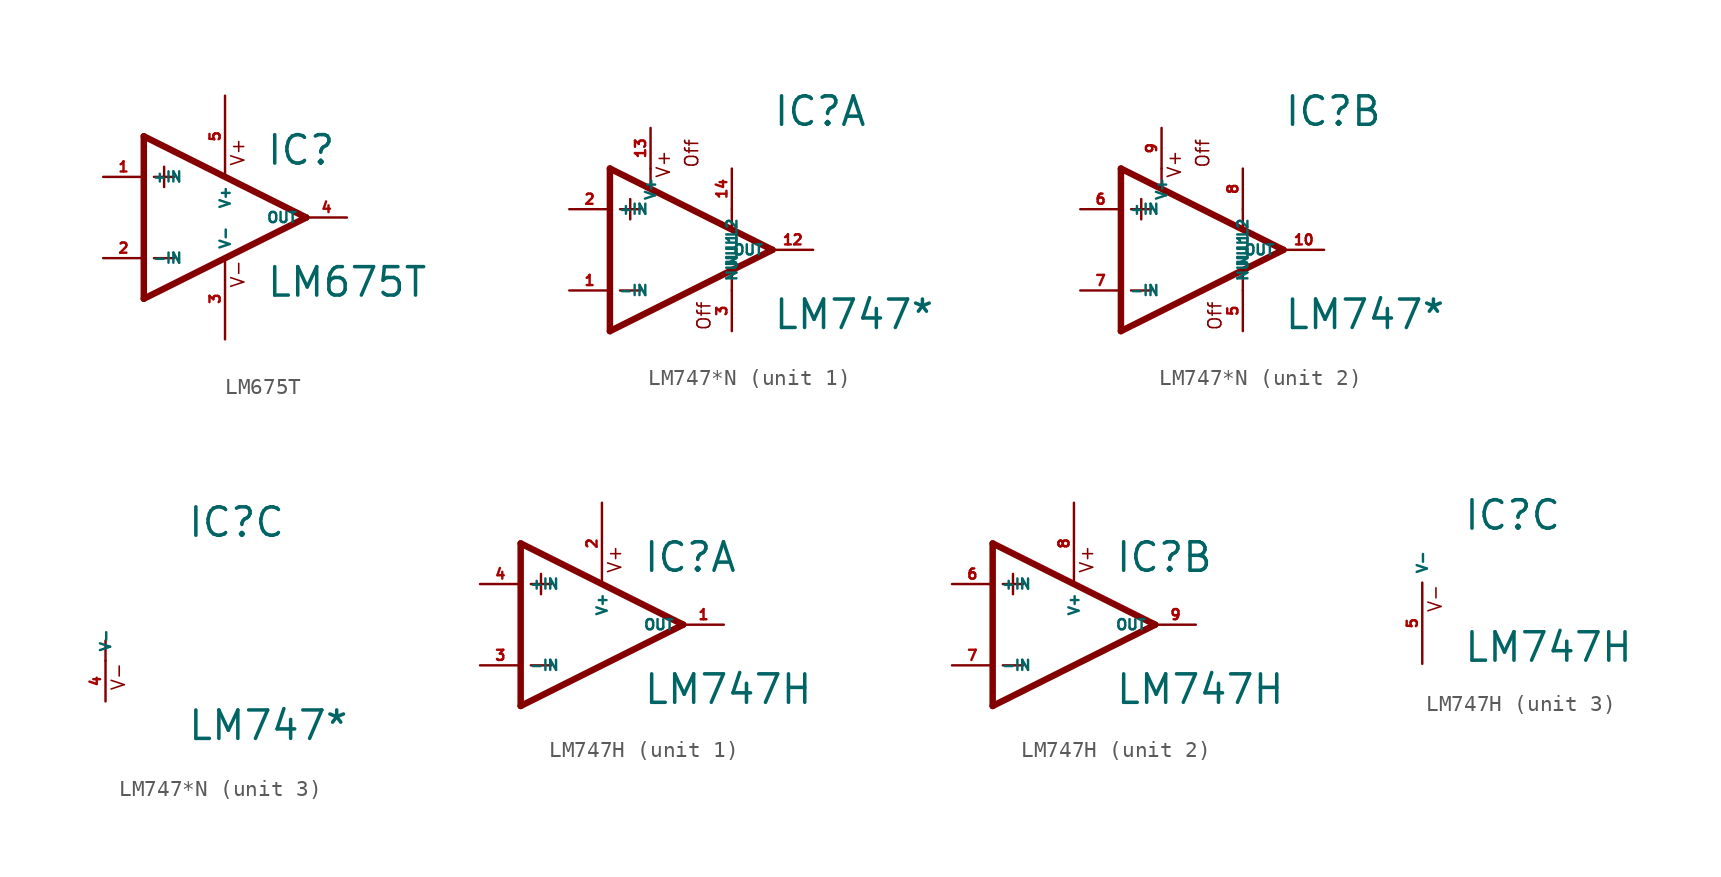
<source format=kicad_sym>
(kicad_symbol_lib
  (version 20220914)
  (generator Eagle2Kicad)
  (symbol "LM675T"
    (property "Reference" "IC"
      (at 2.54 3.175 0)
      (effects (font (size 1.778 1.778) (thickness 0.22)) (justify left bottom)))
    (property "Value" "LM675T"
      (at 2.54 -5.08 0)
      (effects (font (size 1.778 1.778) (thickness 0.22)) (justify left bottom)))
    (polyline
      (pts (xy -5.08 5.08) (xy -5.08 -5.08))
      (stroke (width 0.406) (type default))
      (fill (type none)))
    (polyline
      (pts (xy -5.08 -5.08) (xy 5.08 0))
      (stroke (width 0.406) (type default))
      (fill (type none)))
    (polyline
      (pts (xy 5.08 0) (xy -5.08 5.08))
      (stroke (width 0.406) (type default))
      (fill (type none)))
    (polyline
      (pts (xy -3.81 3.175) (xy -3.81 1.905))
      (stroke (width 0.152) (type default))
      (fill (type none)))
    (polyline
      (pts (xy -4.445 2.54) (xy -3.175 2.54))
      (stroke (width 0.152) (type default))
      (fill (type none)))
    (polyline
      (pts (xy -4.445 -2.54) (xy -3.175 -2.54))
      (stroke (width 0.152) (type default))
      (fill (type none)))
    (text "V+"
      (at 1.27 3.175 900)
      (effects (font (size 0.813 0.813) (thickness 0.10)) (justify left bottom)))
    (text "V-"
      (at 1.27 -4.445 900)
      (effects (font (size 0.813 0.813) (thickness 0.10)) (justify left bottom)))
    (pin input line
      (at -7.62 -2.54 0)
      (length 2.54)
      (name "-IN" (effects (font (size 0.635 0.635) (thickness 0.08)) (justify left bottom)))
      (number "2" (effects (font (size 0.635 0.635) (thickness 0.08)) (justify left bottom))))
    (pin input line
      (at -7.62 2.54 0)
      (length 2.54)
      (name "+IN" (effects (font (size 0.635 0.635) (thickness 0.08)) (justify left bottom)))
      (number "1" (effects (font (size 0.635 0.635) (thickness 0.08)) (justify left bottom))))
    (pin output line
      (at 7.62 0 180)
      (length 2.54)
      (name "OUT" (effects (font (size 0.635 0.635) (thickness 0.08)) (justify left bottom)))
      (number "4" (effects (font (size 0.635 0.635) (thickness 0.08)) (justify left bottom))))
    (pin unspecified line
      (at 0 7.62 270)
      (length 5.08)
      (name "V+" (effects (font (size 0.635 0.635) (thickness 0.08)) (justify left bottom)))
      (number "5" (effects (font (size 0.635 0.635) (thickness 0.08)) (justify left bottom))))
    (pin unspecified line
      (at 0 -7.62 90)
      (length 5.08)
      (name "V-" (effects (font (size 0.635 0.635) (thickness 0.08)) (justify left bottom)))
      (number "3" (effects (font (size 0.635 0.635) (thickness 0.08)) (justify left bottom)))))
  (symbol "LM747*N"
    (property "Reference" "IC"
      (at 5.08 7.62 0)
      (effects (font (size 1.778 1.778) (thickness 0.22)) (justify left bottom)))
    (property "Value" "LM747*"
      (at 5.08 -5.08 0)
      (effects (font (size 1.778 1.778) (thickness 0.22)) (justify left bottom)))
    (symbol "LM747*N_1_0"
      (polyline (pts (xy -3.81 3.175) (xy -3.81 1.905)) (stroke (width 0.152) (type default)) (fill (type none)))
      (polyline (pts (xy -4.445 2.54) (xy -3.175 2.54)) (stroke (width 0.152) (type default)) (fill (type none)))
      (polyline (pts (xy -4.445 -2.54) (xy -3.175 -2.54)) (stroke (width 0.152) (type default)) (fill (type none)))
      (polyline (pts (xy -5.08 5.08) (xy -5.08 -5.08)) (stroke (width 0.406) (type default)) (fill (type none)))
      (polyline (pts (xy -2.54 5.08) (xy -2.54 3.886)) (stroke (width 0.152) (type default)) (fill (type none)))
      (polyline (pts (xy 2.54 2.54) (xy 2.54 1.346)) (stroke (width 0.152) (type default)) (fill (type none)))
      (polyline (pts (xy 2.54 -2.54) (xy 2.54 -1.346)) (stroke (width 0.152) (type default)) (fill (type none)))
      (polyline (pts (xy -5.08 5.08) (xy 5.08 0)) (stroke (width 0.406) (type default)) (fill (type none)))
      (polyline (pts (xy -5.08 -5.08) (xy 5.08 0)) (stroke (width 0.406) (type default)) (fill (type none)))
      (text "Off" (at 0.508 5.08 2700) (effects (font (size 0.813 0.813) (thickness 0.10)) (justify left bottom)))
      (text "Off" (at 1.27 -5.08 900) (effects (font (size 0.813 0.813) (thickness 0.10)) (justify left bottom)))
      (text "V+" (at -1.27 4.445 900) (effects (font (size 0.813 0.813) (thickness 0.10)) (justify left bottom)))
      (pin input line (at -7.62 -2.54 0) (length 2.54) (name "-IN" (effects (font (size 0.635 0.635) (thickness 0.08)) (justify left bottom))) (number "1" (effects (font (size 0.635 0.635) (thickness 0.08)) (justify left bottom))))
      (pin input line (at -7.62 2.54 0) (length 2.54) (name "+IN" (effects (font (size 0.635 0.635) (thickness 0.08)) (justify left bottom))) (number "2" (effects (font (size 0.635 0.635) (thickness 0.08)) (justify left bottom))))
      (pin passive line (at 2.54 5.08 270) (length 2.54) (name "NULL2" (effects (font (size 0.635 0.635) (thickness 0.08)) (justify left bottom))) (number "14" (effects (font (size 0.635 0.635) (thickness 0.08)) (justify left bottom))))
      (pin output line (at 7.62 0 180) (length 2.54) (name "OUT" (effects (font (size 0.635 0.635) (thickness 0.08)) (justify left bottom))) (number "12" (effects (font (size 0.635 0.635) (thickness 0.08)) (justify left bottom))))
      (pin passive line (at 2.54 -5.08 90) (length 2.54) (name "NULL1" (effects (font (size 0.635 0.635) (thickness 0.08)) (justify left bottom))) (number "3" (effects (font (size 0.635 0.635) (thickness 0.08)) (justify left bottom))))
      (pin unspecified line (at -2.54 7.62 270) (length 2.54) (name "V+" (effects (font (size 0.635 0.635) (thickness 0.08)) (justify left bottom))) (number "13" (effects (font (size 0.635 0.635) (thickness 0.08)) (justify left bottom)))))
    (symbol "LM747*N_2_0"
      (polyline (pts (xy -3.81 3.175) (xy -3.81 1.905)) (stroke (width 0.152) (type default)) (fill (type none)))
      (polyline (pts (xy -4.445 2.54) (xy -3.175 2.54)) (stroke (width 0.152) (type default)) (fill (type none)))
      (polyline (pts (xy -4.445 -2.54) (xy -3.175 -2.54)) (stroke (width 0.152) (type default)) (fill (type none)))
      (polyline (pts (xy -5.08 5.08) (xy -5.08 -5.08)) (stroke (width 0.406) (type default)) (fill (type none)))
      (polyline (pts (xy -2.54 5.08) (xy -2.54 3.886)) (stroke (width 0.152) (type default)) (fill (type none)))
      (polyline (pts (xy 2.54 2.54) (xy 2.54 1.346)) (stroke (width 0.152) (type default)) (fill (type none)))
      (polyline (pts (xy 2.54 -2.54) (xy 2.54 -1.346)) (stroke (width 0.152) (type default)) (fill (type none)))
      (polyline (pts (xy -5.08 5.08) (xy 5.08 0)) (stroke (width 0.406) (type default)) (fill (type none)))
      (polyline (pts (xy -5.08 -5.08) (xy 5.08 0)) (stroke (width 0.406) (type default)) (fill (type none)))
      (text "Off" (at 0.508 5.08 2700) (effects (font (size 0.813 0.813) (thickness 0.10)) (justify left bottom)))
      (text "Off" (at 1.27 -5.08 900) (effects (font (size 0.813 0.813) (thickness 0.10)) (justify left bottom)))
      (text "V+" (at -1.27 4.445 900) (effects (font (size 0.813 0.813) (thickness 0.10)) (justify left bottom)))
      (pin input line (at -7.62 -2.54 0) (length 2.54) (name "-IN" (effects (font (size 0.635 0.635) (thickness 0.08)) (justify left bottom))) (number "7" (effects (font (size 0.635 0.635) (thickness 0.08)) (justify left bottom))))
      (pin input line (at -7.62 2.54 0) (length 2.54) (name "+IN" (effects (font (size 0.635 0.635) (thickness 0.08)) (justify left bottom))) (number "6" (effects (font (size 0.635 0.635) (thickness 0.08)) (justify left bottom))))
      (pin passive line (at 2.54 5.08 270) (length 2.54) (name "NULL2" (effects (font (size 0.635 0.635) (thickness 0.08)) (justify left bottom))) (number "8" (effects (font (size 0.635 0.635) (thickness 0.08)) (justify left bottom))))
      (pin output line (at 7.62 0 180) (length 2.54) (name "OUT" (effects (font (size 0.635 0.635) (thickness 0.08)) (justify left bottom))) (number "10" (effects (font (size 0.635 0.635) (thickness 0.08)) (justify left bottom))))
      (pin passive line (at 2.54 -5.08 90) (length 2.54) (name "NULL1" (effects (font (size 0.635 0.635) (thickness 0.08)) (justify left bottom))) (number "5" (effects (font (size 0.635 0.635) (thickness 0.08)) (justify left bottom))))
      (pin unspecified line (at -2.54 7.62 270) (length 2.54) (name "V+" (effects (font (size 0.635 0.635) (thickness 0.08)) (justify left bottom))) (number "9" (effects (font (size 0.635 0.635) (thickness 0.08)) (justify left bottom)))))
    (symbol "LM747*N_3_0"
      (polyline (pts (xy 0 0) (xy 0 1.27)) (stroke (width 0.152) (type default)) (fill (type none)))
      (text "V-" (at 1.27 -1.905 900) (effects (font (size 0.813 0.813) (thickness 0.10)) (justify left bottom)))
      (pin unspecified line (at 0 -2.54 90) (length 2.54) (name "V-" (effects (font (size 0.635 0.635) (thickness 0.08)) (justify left bottom))) (number "4" (effects (font (size 0.635 0.635) (thickness 0.08)) (justify left bottom))))))
  (symbol "LM747H"
    (property "Reference" "IC"
      (at 2.54 3.175 0)
      (effects (font (size 1.778 1.778) (thickness 0.22)) (justify left bottom)))
    (property "Value" "LM747H"
      (at 2.54 -5.08 0)
      (effects (font (size 1.778 1.778) (thickness 0.22)) (justify left bottom)))
    (symbol "LM747H_1_0"
      (polyline (pts (xy -5.08 5.08) (xy -5.08 -5.08)) (stroke (width 0.406) (type default)) (fill (type none)))
      (polyline (pts (xy -5.08 -5.08) (xy 5.08 0)) (stroke (width 0.406) (type default)) (fill (type none)))
      (polyline (pts (xy 5.08 0) (xy -5.08 5.08)) (stroke (width 0.406) (type default)) (fill (type none)))
      (polyline (pts (xy -3.81 3.175) (xy -3.81 1.905)) (stroke (width 0.152) (type default)) (fill (type none)))
      (polyline (pts (xy -4.445 2.54) (xy -3.175 2.54)) (stroke (width 0.152) (type default)) (fill (type none)))
      (polyline (pts (xy -4.445 -2.54) (xy -3.175 -2.54)) (stroke (width 0.152) (type default)) (fill (type none)))
      (text "V+" (at 1.27 3.175 900) (effects (font (size 0.813 0.813) (thickness 0.10)) (justify left bottom)))
      (pin input line (at -7.62 -2.54 0) (length 2.54) (name "-IN" (effects (font (size 0.635 0.635) (thickness 0.08)) (justify left bottom))) (number "3" (effects (font (size 0.635 0.635) (thickness 0.08)) (justify left bottom))))
      (pin input line (at -7.62 2.54 0) (length 2.54) (name "+IN" (effects (font (size 0.635 0.635) (thickness 0.08)) (justify left bottom))) (number "4" (effects (font (size 0.635 0.635) (thickness 0.08)) (justify left bottom))))
      (pin output line (at 7.62 0 180) (length 2.54) (name "OUT" (effects (font (size 0.635 0.635) (thickness 0.08)) (justify left bottom))) (number "1" (effects (font (size 0.635 0.635) (thickness 0.08)) (justify left bottom))))
      (pin unspecified line (at 0 7.62 270) (length 5.08) (name "V+" (effects (font (size 0.635 0.635) (thickness 0.08)) (justify left bottom))) (number "2" (effects (font (size 0.635 0.635) (thickness 0.08)) (justify left bottom)))))
    (symbol "LM747H_2_0"
      (polyline (pts (xy -5.08 5.08) (xy -5.08 -5.08)) (stroke (width 0.406) (type default)) (fill (type none)))
      (polyline (pts (xy -5.08 -5.08) (xy 5.08 0)) (stroke (width 0.406) (type default)) (fill (type none)))
      (polyline (pts (xy 5.08 0) (xy -5.08 5.08)) (stroke (width 0.406) (type default)) (fill (type none)))
      (polyline (pts (xy -3.81 3.175) (xy -3.81 1.905)) (stroke (width 0.152) (type default)) (fill (type none)))
      (polyline (pts (xy -4.445 2.54) (xy -3.175 2.54)) (stroke (width 0.152) (type default)) (fill (type none)))
      (polyline (pts (xy -4.445 -2.54) (xy -3.175 -2.54)) (stroke (width 0.152) (type default)) (fill (type none)))
      (text "V+" (at 1.27 3.175 900) (effects (font (size 0.813 0.813) (thickness 0.10)) (justify left bottom)))
      (pin input line (at -7.62 -2.54 0) (length 2.54) (name "-IN" (effects (font (size 0.635 0.635) (thickness 0.08)) (justify left bottom))) (number "7" (effects (font (size 0.635 0.635) (thickness 0.08)) (justify left bottom))))
      (pin input line (at -7.62 2.54 0) (length 2.54) (name "+IN" (effects (font (size 0.635 0.635) (thickness 0.08)) (justify left bottom))) (number "6" (effects (font (size 0.635 0.635) (thickness 0.08)) (justify left bottom))))
      (pin output line (at 7.62 0 180) (length 2.54) (name "OUT" (effects (font (size 0.635 0.635) (thickness 0.08)) (justify left bottom))) (number "9" (effects (font (size 0.635 0.635) (thickness 0.08)) (justify left bottom))))
      (pin unspecified line (at 0 7.62 270) (length 5.08) (name "V+" (effects (font (size 0.635 0.635) (thickness 0.08)) (justify left bottom))) (number "8" (effects (font (size 0.635 0.635) (thickness 0.08)) (justify left bottom)))))
    (symbol "LM747H_3_0"
      (text "V-" (at 1.27 -1.905 900) (effects (font (size 0.813 0.813) (thickness 0.10)) (justify left bottom)))
      (pin unspecified line (at 0 -5.08 90) (length 5.08) (name "V-" (effects (font (size 0.635 0.635) (thickness 0.08)) (justify left bottom))) (number "5" (effects (font (size 0.635 0.635) (thickness 0.08)) (justify left bottom)))))))
</source>
